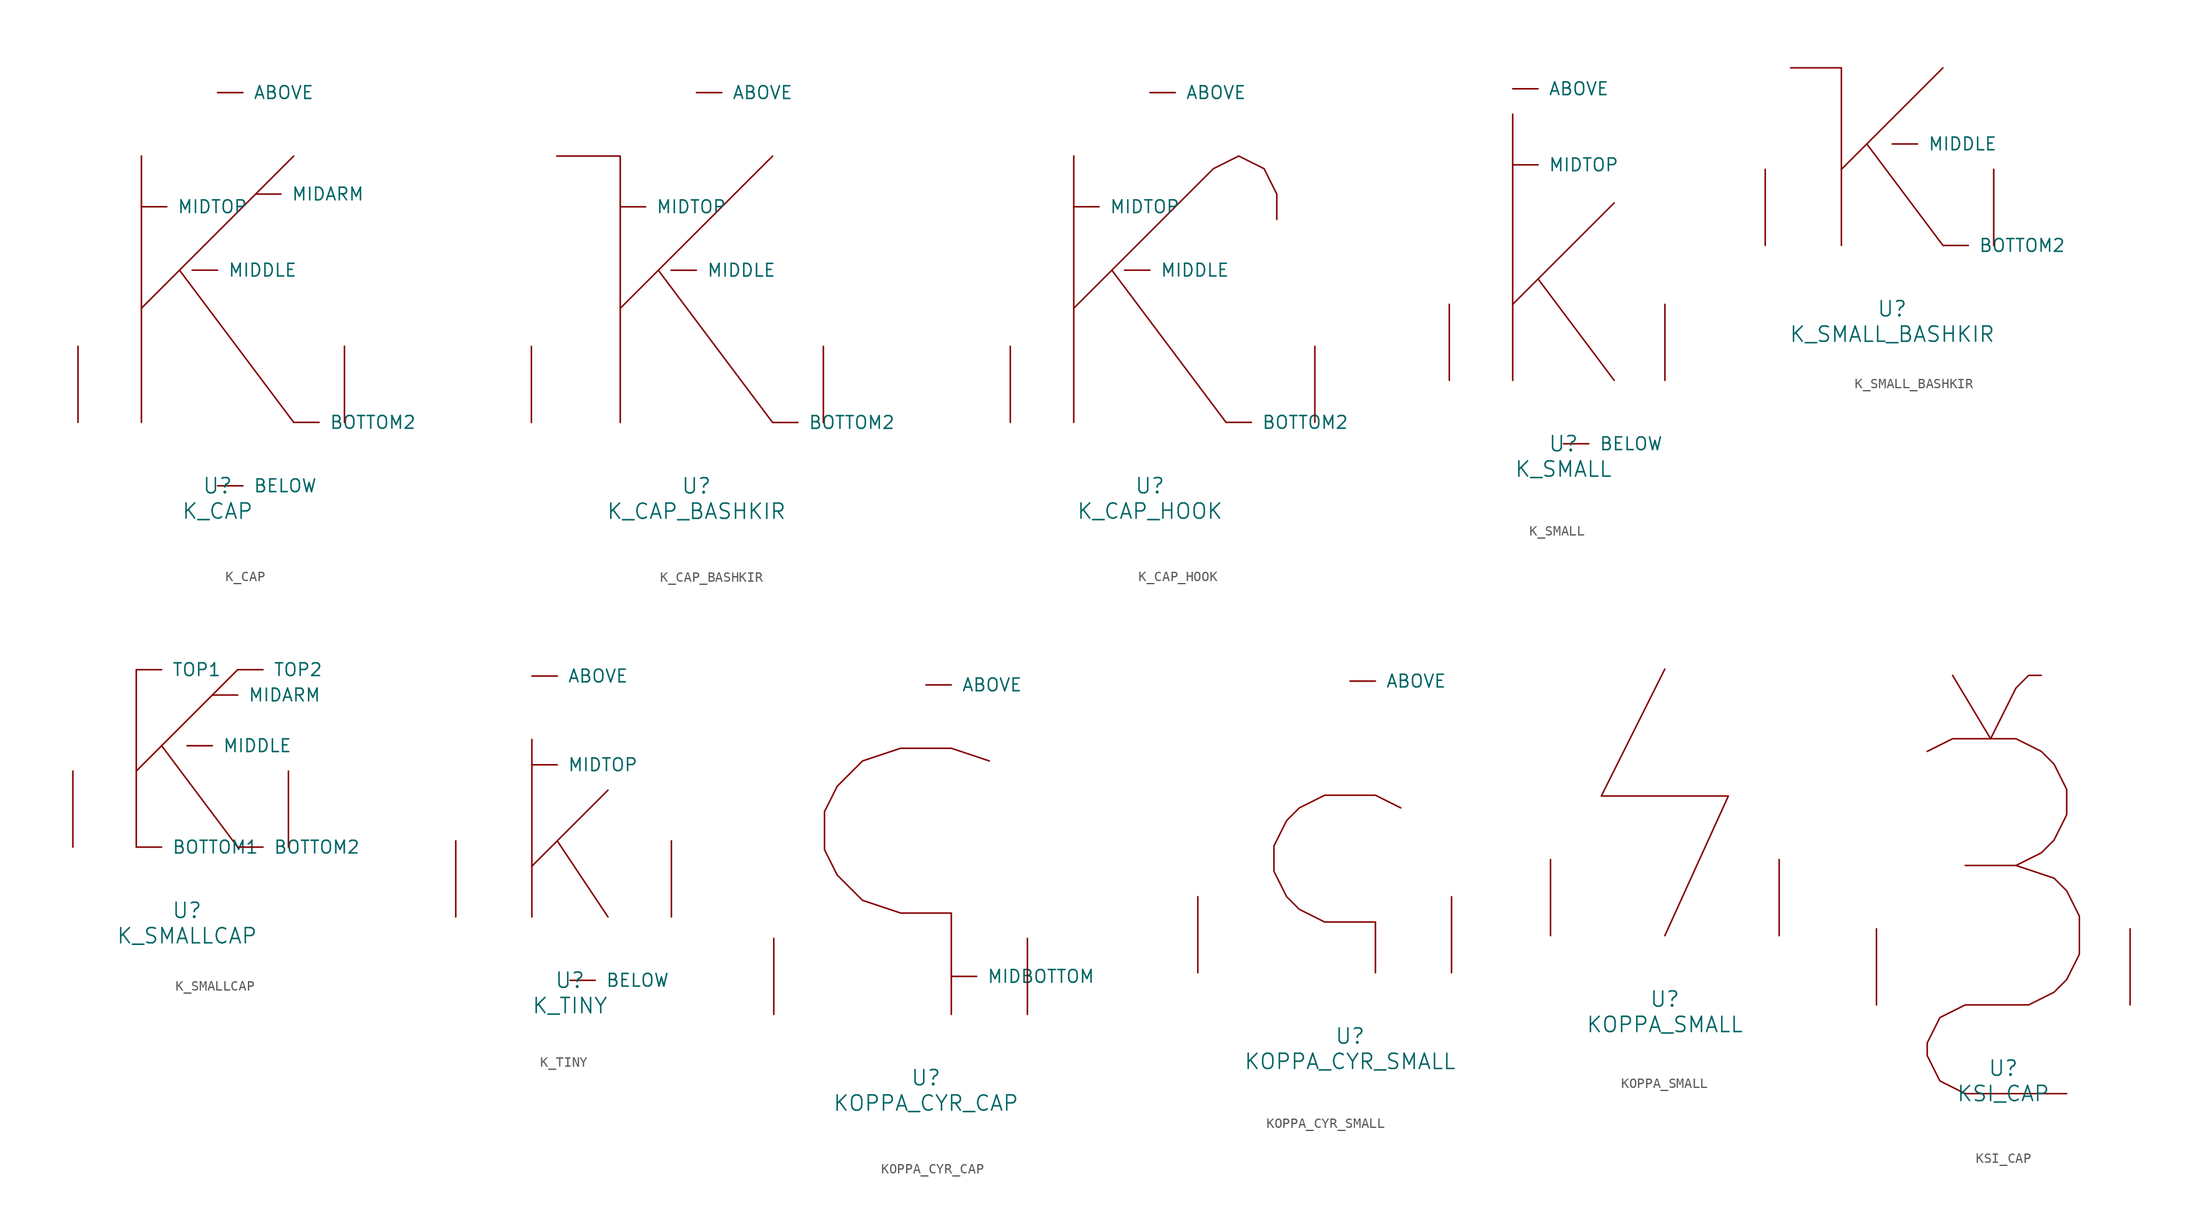
<source format=kicad_sym>
(kicad_symbol_lib
  (version 20220914)
  (generator font_lib2sym)
  (symbol "K_CAP"
    (pin_names
      (offset 1.016))
    (property "Reference" "U"
      (at 0 -6.35 0)
      (effects (font (size 1.524 1.524))))
    (property "Value" "K_CAP"
      (at 0 -8.89 0)
      (effects (font (size 1.524 1.524))))
    (symbol "K_CAP_0_1"
      (polyline (pts (xy -7.62 0) (xy -7.62 26.67)) (stroke (width 0) (type solid)) (fill (type none)))
      (polyline (pts (xy 7.62 0) (xy -3.81 15.24)) (stroke (width 0) (type solid)) (fill (type none)))
      (polyline (pts (xy 7.62 26.67) (xy -7.62 11.43)) (stroke (width 0) (type solid)) (fill (type none)))
      (pin input line (at 0 33.02 0) (length 2.54) (name "ABOVE" (effects (font (size 1.27 1.27)))) (number "~" (effects (font (size 1.27 1.27)))))
      (pin input line (at 0 -6.35 0) (length 2.54) (name "BELOW" (effects (font (size 1.27 1.27)))) (number "~" (effects (font (size 1.27 1.27)))))
      (pin input line (at 7.62 0 0) (length 2.54) (name "BOTTOM2" (effects (font (size 1.27 1.27)))) (number "~" (effects (font (size 1.27 1.27)))))
      (pin input line (at 3.81 22.86 0) (length 2.54) (name "MIDARM" (effects (font (size 1.27 1.27)))) (number "~" (effects (font (size 1.27 1.27)))))
      (pin input line (at -2.54 15.24 0) (length 2.54) (name "MIDDLE" (effects (font (size 1.27 1.27)))) (number "~" (effects (font (size 1.27 1.27)))))
      (pin input line (at -7.62 21.59 0) (length 2.54) (name "MIDTOP" (effects (font (size 1.27 1.27)))) (number "~" (effects (font (size 1.27 1.27)))))
      (pin input line (at -13.97 0 90) (length 7.62) (name "~" (effects (font (size 1.27 1.27)))) (number "~" (effects (font (size 1.27 1.27)))))
      (pin input line (at 12.7 0 90) (length 7.62) (name "~" (effects (font (size 1.27 1.27)))) (number "~" (effects (font (size 1.27 1.27)))))))
  (symbol "K_CAP_BASHKIR"
    (pin_names
      (offset 1.016))
    (property "Reference" "U"
      (at 0 -6.35 0)
      (effects (font (size 1.524 1.524))))
    (property "Value" "K_CAP_BASHKIR"
      (at 0 -8.89 0)
      (effects (font (size 1.524 1.524))))
    (symbol "K_CAP_BASHKIR_0_1"
      (polyline (pts (xy 7.62 0) (xy -3.81 15.24)) (stroke (width 0) (type solid)) (fill (type none)))
      (polyline (pts (xy 7.62 26.67) (xy -7.62 11.43)) (stroke (width 0) (type solid)) (fill (type none)))
      (polyline (pts (xy -13.97 26.67) (xy -7.62 26.67) (xy -7.62 0)) (stroke (width 0) (type solid)) (fill (type none)))
      (pin input line (at 0 33.02 0) (length 2.54) (name "ABOVE" (effects (font (size 1.27 1.27)))) (number "~" (effects (font (size 1.27 1.27)))))
      (pin input line (at 7.62 0 0) (length 2.54) (name "BOTTOM2" (effects (font (size 1.27 1.27)))) (number "~" (effects (font (size 1.27 1.27)))))
      (pin input line (at -2.54 15.24 0) (length 2.54) (name "MIDDLE" (effects (font (size 1.27 1.27)))) (number "~" (effects (font (size 1.27 1.27)))))
      (pin input line (at -7.62 21.59 0) (length 2.54) (name "MIDTOP" (effects (font (size 1.27 1.27)))) (number "~" (effects (font (size 1.27 1.27)))))
      (pin input line (at -16.51 0 90) (length 7.62) (name "~" (effects (font (size 1.27 1.27)))) (number "~" (effects (font (size 1.27 1.27)))))
      (pin input line (at 12.7 0 90) (length 7.62) (name "~" (effects (font (size 1.27 1.27)))) (number "~" (effects (font (size 1.27 1.27)))))))
  (symbol "K_CAP_HOOK"
    (pin_names
      (offset 1.016))
    (property "Reference" "U"
      (at 0 -6.35 0)
      (effects (font (size 1.524 1.524))))
    (property "Value" "K_CAP_HOOK"
      (at 0 -8.89 0)
      (effects (font (size 1.524 1.524))))
    (symbol "K_CAP_HOOK_0_1"
      (polyline (pts (xy -7.62 0) (xy -7.62 26.67)) (stroke (width 0) (type solid)) (fill (type none)))
      (polyline (pts (xy 7.62 0) (xy -3.81 15.24)) (stroke (width 0) (type solid)) (fill (type none)))
      (polyline (pts (xy -7.62 11.43) (xy 6.35 25.4) (xy 8.89 26.67) (xy 11.43 25.4) (xy 12.7 22.86) (xy 12.7 20.32)) (stroke (width 0) (type solid)) (fill (type none)))
      (pin input line (at 0 33.02 0) (length 2.54) (name "ABOVE" (effects (font (size 1.27 1.27)))) (number "~" (effects (font (size 1.27 1.27)))))
      (pin input line (at 7.62 0 0) (length 2.54) (name "BOTTOM2" (effects (font (size 1.27 1.27)))) (number "~" (effects (font (size 1.27 1.27)))))
      (pin input line (at -2.54 15.24 0) (length 2.54) (name "MIDDLE" (effects (font (size 1.27 1.27)))) (number "~" (effects (font (size 1.27 1.27)))))
      (pin input line (at -7.62 21.59 0) (length 2.54) (name "MIDTOP" (effects (font (size 1.27 1.27)))) (number "~" (effects (font (size 1.27 1.27)))))
      (pin input line (at -13.97 0 90) (length 7.62) (name "~" (effects (font (size 1.27 1.27)))) (number "~" (effects (font (size 1.27 1.27)))))
      (pin input line (at 16.51 0 90) (length 7.62) (name "~" (effects (font (size 1.27 1.27)))) (number "~" (effects (font (size 1.27 1.27)))))))
  (symbol "K_SMALL"
    (pin_names
      (offset 1.016))
    (property "Reference" "U"
      (at 0 -6.35 0)
      (effects (font (size 1.524 1.524))))
    (property "Value" "K_SMALL"
      (at 0 -8.89 0)
      (effects (font (size 1.524 1.524))))
    (symbol "K_SMALL_0_1"
      (polyline (pts (xy -5.08 0) (xy -5.08 26.67)) (stroke (width 0) (type solid)) (fill (type none)))
      (polyline (pts (xy -2.54 10.16) (xy 5.08 0)) (stroke (width 0) (type solid)) (fill (type none)))
      (polyline (pts (xy 5.08 17.78) (xy -5.08 7.62)) (stroke (width 0) (type solid)) (fill (type none)))
      (pin input line (at -5.08 29.21 0) (length 2.54) (name "ABOVE" (effects (font (size 1.27 1.27)))) (number "~" (effects (font (size 1.27 1.27)))))
      (pin input line (at 0 -6.35 0) (length 2.54) (name "BELOW" (effects (font (size 1.27 1.27)))) (number "~" (effects (font (size 1.27 1.27)))))
      (pin input line (at -5.08 21.59 0) (length 2.54) (name "MIDTOP" (effects (font (size 1.27 1.27)))) (number "~" (effects (font (size 1.27 1.27)))))
      (pin input line (at -11.43 0 90) (length 7.62) (name "~" (effects (font (size 1.27 1.27)))) (number "~" (effects (font (size 1.27 1.27)))))
      (pin input line (at 10.16 0 90) (length 7.62) (name "~" (effects (font (size 1.27 1.27)))) (number "~" (effects (font (size 1.27 1.27)))))))
  (symbol "K_SMALL_BASHKIR"
    (pin_names
      (offset 1.016))
    (property "Reference" "U"
      (at 0 -6.35 0)
      (effects (font (size 1.524 1.524))))
    (property "Value" "K_SMALL_BASHKIR"
      (at 0 -8.89 0)
      (effects (font (size 1.524 1.524))))
    (symbol "K_SMALL_BASHKIR_0_1"
      (polyline (pts (xy -2.54 10.16) (xy 5.08 0)) (stroke (width 0) (type solid)) (fill (type none)))
      (polyline (pts (xy 5.08 17.78) (xy -5.08 7.62)) (stroke (width 0) (type solid)) (fill (type none)))
      (polyline (pts (xy -10.16 17.78) (xy -5.08 17.78) (xy -5.08 0)) (stroke (width 0) (type solid)) (fill (type none)))
      (pin input line (at 5.08 0 0) (length 2.54) (name "BOTTOM2" (effects (font (size 1.27 1.27)))) (number "~" (effects (font (size 1.27 1.27)))))
      (pin input line (at 0 10.16 0) (length 2.54) (name "MIDDLE" (effects (font (size 1.27 1.27)))) (number "~" (effects (font (size 1.27 1.27)))))
      (pin input line (at -12.7 0 90) (length 7.62) (name "~" (effects (font (size 1.27 1.27)))) (number "~" (effects (font (size 1.27 1.27)))))
      (pin input line (at 10.16 0 90) (length 7.62) (name "~" (effects (font (size 1.27 1.27)))) (number "~" (effects (font (size 1.27 1.27)))))))
  (symbol "K_SMALLCAP"
    (pin_names
      (offset 1.016))
    (property "Reference" "U"
      (at 0 -6.35 0)
      (effects (font (size 1.524 1.524))))
    (property "Value" "K_SMALLCAP"
      (at 0 -8.89 0)
      (effects (font (size 1.524 1.524))))
    (symbol "K_SMALLCAP_0_1"
      (polyline (pts (xy -5.08 17.78) (xy -5.08 0)) (stroke (width 0) (type solid)) (fill (type none)))
      (polyline (pts (xy -2.54 10.16) (xy 5.08 0)) (stroke (width 0) (type solid)) (fill (type none)))
      (polyline (pts (xy 5.08 17.78) (xy -5.08 7.62)) (stroke (width 0) (type solid)) (fill (type none)))
      (pin input line (at -5.08 0 0) (length 2.54) (name "BOTTOM1" (effects (font (size 1.27 1.27)))) (number "~" (effects (font (size 1.27 1.27)))))
      (pin input line (at 5.08 0 0) (length 2.54) (name "BOTTOM2" (effects (font (size 1.27 1.27)))) (number "~" (effects (font (size 1.27 1.27)))))
      (pin input line (at 2.54 15.24 0) (length 2.54) (name "MIDARM" (effects (font (size 1.27 1.27)))) (number "~" (effects (font (size 1.27 1.27)))))
      (pin input line (at 0 10.16 0) (length 2.54) (name "MIDDLE" (effects (font (size 1.27 1.27)))) (number "~" (effects (font (size 1.27 1.27)))))
      (pin input line (at -5.08 17.78 0) (length 2.54) (name "TOP1" (effects (font (size 1.27 1.27)))) (number "~" (effects (font (size 1.27 1.27)))))
      (pin input line (at 5.08 17.78 0) (length 2.54) (name "TOP2" (effects (font (size 1.27 1.27)))) (number "~" (effects (font (size 1.27 1.27)))))
      (pin input line (at -11.43 0 90) (length 7.62) (name "~" (effects (font (size 1.27 1.27)))) (number "~" (effects (font (size 1.27 1.27)))))
      (pin input line (at 10.16 0 90) (length 7.62) (name "~" (effects (font (size 1.27 1.27)))) (number "~" (effects (font (size 1.27 1.27)))))))
  (symbol "K_TINY"
    (pin_names
      (offset 1.016))
    (property "Reference" "U"
      (at 0 -6.35 0)
      (effects (font (size 1.524 1.524))))
    (property "Value" "K_TINY"
      (at 0 -8.89 0)
      (effects (font (size 1.524 1.524))))
    (symbol "K_TINY_0_1"
      (polyline (pts (xy -3.81 17.78) (xy -3.81 0)) (stroke (width 0) (type solid)) (fill (type none)))
      (polyline (pts (xy 3.81 0) (xy -1.27 7.62)) (stroke (width 0) (type solid)) (fill (type none)))
      (polyline (pts (xy 3.81 12.7) (xy -3.81 5.08)) (stroke (width 0) (type solid)) (fill (type none)))
      (pin input line (at -3.81 24.13 0) (length 2.54) (name "ABOVE" (effects (font (size 1.27 1.27)))) (number "~" (effects (font (size 1.27 1.27)))))
      (pin input line (at 0 -6.35 0) (length 2.54) (name "BELOW" (effects (font (size 1.27 1.27)))) (number "~" (effects (font (size 1.27 1.27)))))
      (pin input line (at -3.81 15.24 0) (length 2.54) (name "MIDTOP" (effects (font (size 1.27 1.27)))) (number "~" (effects (font (size 1.27 1.27)))))
      (pin input line (at -11.43 0 90) (length 7.62) (name "~" (effects (font (size 1.27 1.27)))) (number "~" (effects (font (size 1.27 1.27)))))
      (pin input line (at 10.16 0 90) (length 7.62) (name "~" (effects (font (size 1.27 1.27)))) (number "~" (effects (font (size 1.27 1.27)))))))
  (symbol "KOPPA_CYR_CAP"
    (pin_names
      (offset 1.016))
    (property "Reference" "U"
      (at 0 -6.35 0)
      (effects (font (size 1.524 1.524))))
    (property "Value" "KOPPA_CYR_CAP"
      (at 0 -8.89 0)
      (effects (font (size 1.524 1.524))))
    (symbol "KOPPA_CYR_CAP_0_1"
      (polyline (pts (xy 6.35 25.4) (xy 2.54 26.67) (xy -2.54 26.67) (xy -6.35 25.4) (xy -8.89 22.86) (xy -10.16 20.32) (xy -10.16 16.51) (xy -8.89 13.97) (xy -6.35 11.43) (xy -2.54 10.16) (xy 2.54 10.16) (xy 2.54 0)) (stroke (width 0) (type solid)) (fill (type none)))
      (pin input line (at 0 33.02 0) (length 2.54) (name "ABOVE" (effects (font (size 1.27 1.27)))) (number "~" (effects (font (size 1.27 1.27)))))
      (pin input line (at 2.54 3.81 0) (length 2.54) (name "MIDBOTTOM" (effects (font (size 1.27 1.27)))) (number "~" (effects (font (size 1.27 1.27)))))
      (pin input line (at -15.24 0 90) (length 7.62) (name "~" (effects (font (size 1.27 1.27)))) (number "~" (effects (font (size 1.27 1.27)))))
      (pin input line (at 10.16 0 90) (length 7.62) (name "~" (effects (font (size 1.27 1.27)))) (number "~" (effects (font (size 1.27 1.27)))))))
  (symbol "KOPPA_CYR_SMALL"
    (pin_names
      (offset 1.016))
    (property "Reference" "U"
      (at 0 -6.35 0)
      (effects (font (size 1.524 1.524))))
    (property "Value" "KOPPA_CYR_SMALL"
      (at 0 -8.89 0)
      (effects (font (size 1.524 1.524))))
    (symbol "KOPPA_CYR_SMALL_0_1"
      (polyline (pts (xy 5.08 16.51) (xy 2.54 17.78) (xy -2.54 17.78) (xy -5.08 16.51) (xy -6.35 15.24) (xy -7.62 12.7) (xy -7.62 10.16) (xy -6.35 7.62) (xy -5.08 6.35) (xy -2.54 5.08) (xy 2.54 5.08) (xy 2.54 0)) (stroke (width 0) (type solid)) (fill (type none)))
      (pin input line (at 0 29.21 0) (length 2.54) (name "ABOVE" (effects (font (size 1.27 1.27)))) (number "~" (effects (font (size 1.27 1.27)))))
      (pin input line (at -15.24 0 90) (length 7.62) (name "~" (effects (font (size 1.27 1.27)))) (number "~" (effects (font (size 1.27 1.27)))))
      (pin input line (at 10.16 0 90) (length 7.62) (name "~" (effects (font (size 1.27 1.27)))) (number "~" (effects (font (size 1.27 1.27)))))))
  (symbol "KOPPA_SMALL"
    (pin_names
      (offset 1.016))
    (property "Reference" "U"
      (at 0 -6.35 0)
      (effects (font (size 1.524 1.524))))
    (property "Value" "KOPPA_SMALL"
      (at 0 -8.89 0)
      (effects (font (size 1.524 1.524))))
    (symbol "KOPPA_SMALL_0_1"
      (polyline (pts (xy 0 26.67) (xy -6.35 13.97) (xy 6.35 13.97) (xy 0 0)) (stroke (width 0) (type solid)) (fill (type none)))
      (pin input line (at -11.43 0 90) (length 7.62) (name "~" (effects (font (size 1.27 1.27)))) (number "~" (effects (font (size 1.27 1.27)))))
      (pin input line (at 11.43 0 90) (length 7.62) (name "~" (effects (font (size 1.27 1.27)))) (number "~" (effects (font (size 1.27 1.27)))))))
  (symbol "KSI_CAP"
    (pin_names
      (offset 1.016))
    (property "Reference" "U"
      (at 0 -6.35 0)
      (effects (font (size 1.524 1.524))))
    (property "Value" "KSI_CAP"
      (at 0 -8.89 0)
      (effects (font (size 1.524 1.524))))
    (symbol "KSI_CAP_0_1"
      (polyline (pts (xy -3.81 13.97) (xy 1.27 13.97)) (stroke (width 0) (type solid)) (fill (type none)))
      (polyline (pts (xy -5.08 33.02) (xy -1.27 26.67) (xy 1.27 31.75) (xy 2.54 33.02) (xy 3.81 33.02)) (stroke (width 0) (type solid)) (fill (type none)))
      (polyline (pts (xy -7.62 25.4) (xy -5.08 26.67) (xy 1.27 26.67) (xy 3.81 25.4) (xy 5.08 24.13) (xy 6.35 21.59) (xy 6.35 19.05) (xy 5.08 16.51) (xy 3.81 15.24) (xy 1.27 13.97) (xy 5.08 12.7) (xy 6.35 11.43) (xy 7.62 8.89) (xy 7.62 5.08) (xy 6.35 2.54) (xy 5.08 1.27) (xy 2.54 0) (xy -3.81 0) (xy -6.35 -1.27) (xy -7.62 -3.81) (xy -7.62 -5.08) (xy -6.35 -7.62) (xy -3.81 -8.89) (xy 6.35 -8.89)) (stroke (width 0) (type solid)) (fill (type none)))
      (pin input line (at -12.7 0 90) (length 7.62) (name "~" (effects (font (size 1.27 1.27)))) (number "~" (effects (font (size 1.27 1.27)))))
      (pin input line (at 12.7 0 90) (length 7.62) (name "~" (effects (font (size 1.27 1.27)))) (number "~" (effects (font (size 1.27 1.27))))))))
</source>
